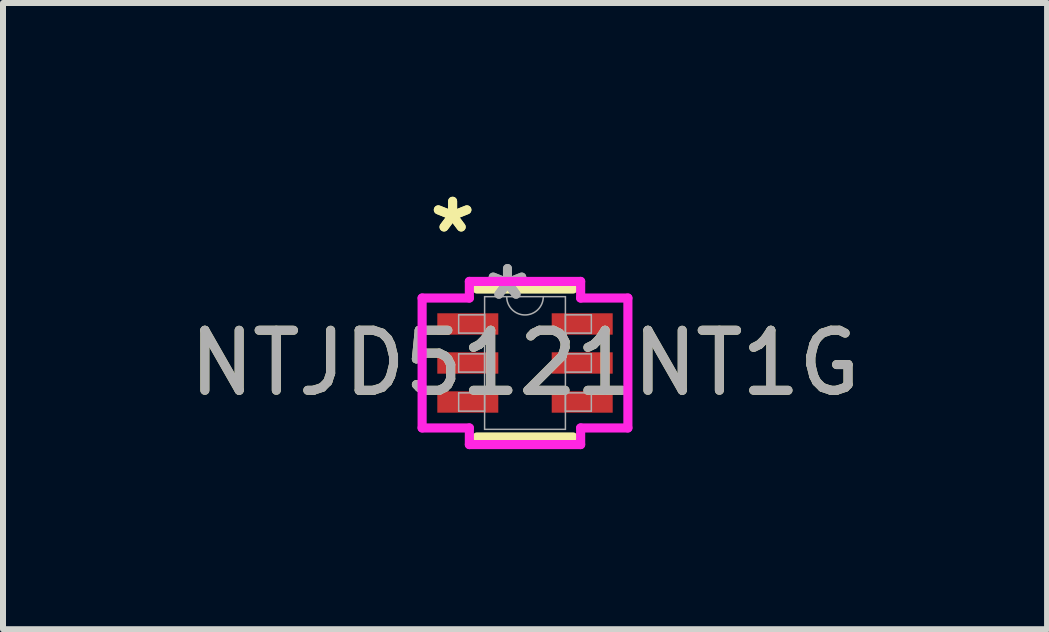
<source format=kicad_pcb>
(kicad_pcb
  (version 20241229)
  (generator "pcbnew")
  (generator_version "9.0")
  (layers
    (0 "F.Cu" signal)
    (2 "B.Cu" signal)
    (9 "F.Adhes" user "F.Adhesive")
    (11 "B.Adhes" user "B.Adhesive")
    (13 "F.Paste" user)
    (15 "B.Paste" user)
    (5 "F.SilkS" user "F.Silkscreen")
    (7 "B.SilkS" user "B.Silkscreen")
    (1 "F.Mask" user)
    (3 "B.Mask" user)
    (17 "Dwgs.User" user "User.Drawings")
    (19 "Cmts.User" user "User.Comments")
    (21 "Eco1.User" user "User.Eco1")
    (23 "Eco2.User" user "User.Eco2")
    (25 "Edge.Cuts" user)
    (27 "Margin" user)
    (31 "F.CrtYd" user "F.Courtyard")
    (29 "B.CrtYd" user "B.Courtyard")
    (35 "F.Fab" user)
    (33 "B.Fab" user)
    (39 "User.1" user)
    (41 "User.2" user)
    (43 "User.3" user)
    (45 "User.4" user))
  (footprint "NTJD5121NT1G"
    (layer "F.Cu")
    (at 5.696 2.997)
    (property "Reference" "NTJD5121NT1G" (at 0 0 0) (unlocked yes) (layer "F.SilkS") (effects (font (size 1 1) (thickness 0.15))))
    (attr smd)
    (fp_line (start -0.8 1.232) (end 0.8 1.232) (stroke (width 0.152) (type solid)) (layer "F.SilkS"))
    (fp_line (start 0.8 -1.232) (end -0.8 -1.232) (stroke (width 0.152) (type solid)) (layer "F.SilkS"))
    (fp_line (start -1.714 -1.082) (end -0.927 -1.082) (stroke (width 0.152) (type solid)) (layer "F.CrtYd"))
    (fp_line (start -1.714 1.082) (end -1.714 -1.082) (stroke (width 0.152) (type solid)) (layer "F.CrtYd"))
    (fp_line (start -1.714 1.082) (end -0.927 1.082) (stroke (width 0.152) (type solid)) (layer "F.CrtYd"))
    (fp_line (start -0.927 -1.359) (end 0.927 -1.359) (stroke (width 0.152) (type solid)) (layer "F.CrtYd"))
    (fp_line (start -0.927 -1.082) (end -0.927 -1.359) (stroke (width 0.152) (type solid)) (layer "F.CrtYd"))
    (fp_line (start -0.927 1.359) (end -0.927 1.082) (stroke (width 0.152) (type solid)) (layer "F.CrtYd"))
    (fp_line (start 0.927 -1.359) (end 0.927 -1.082) (stroke (width 0.152) (type solid)) (layer "F.CrtYd"))
    (fp_line (start 0.927 1.082) (end 0.927 1.359) (stroke (width 0.152) (type solid)) (layer "F.CrtYd"))
    (fp_line (start 0.927 1.359) (end -0.927 1.359) (stroke (width 0.152) (type solid)) (layer "F.CrtYd"))
    (fp_line (start 1.714 -1.082) (end 0.927 -1.082) (stroke (width 0.152) (type solid)) (layer "F.CrtYd"))
    (fp_line (start 1.714 -1.082) (end 1.714 1.082) (stroke (width 0.152) (type solid)) (layer "F.CrtYd"))
    (fp_line (start 1.714 1.082) (end 0.927 1.082) (stroke (width 0.152) (type solid)) (layer "F.CrtYd"))
    (fp_line (start -1.105 -0.802) (end -1.105 -0.498) (stroke (width 0.025) (type solid)) (layer "F.Fab"))
    (fp_line (start -1.105 -0.498) (end -0.673 -0.498) (stroke (width 0.025) (type solid)) (layer "F.Fab"))
    (fp_line (start -1.105 -0.152) (end -1.105 0.152) (stroke (width 0.025) (type solid)) (layer "F.Fab"))
    (fp_line (start -1.105 0.152) (end -0.673 0.152) (stroke (width 0.025) (type solid)) (layer "F.Fab"))
    (fp_line (start -1.105 0.498) (end -1.105 0.802) (stroke (width 0.025) (type solid)) (layer "F.Fab"))
    (fp_line (start -1.105 0.802) (end -0.673 0.802) (stroke (width 0.025) (type solid)) (layer "F.Fab"))
    (fp_line (start -0.673 -1.105) (end -0.673 1.105) (stroke (width 0.025) (type solid)) (layer "F.Fab"))
    (fp_line (start -0.673 -0.802) (end -1.105 -0.802) (stroke (width 0.025) (type solid)) (layer "F.Fab"))
    (fp_line (start -0.673 -0.498) (end -0.673 -0.802) (stroke (width 0.025) (type solid)) (layer "F.Fab"))
    (fp_line (start -0.673 -0.152) (end -1.105 -0.152) (stroke (width 0.025) (type solid)) (layer "F.Fab"))
    (fp_line (start -0.673 0.152) (end -0.673 -0.152) (stroke (width 0.025) (type solid)) (layer "F.Fab"))
    (fp_line (start -0.673 0.498) (end -1.105 0.498) (stroke (width 0.025) (type solid)) (layer "F.Fab"))
    (fp_line (start -0.673 0.802) (end -0.673 0.498) (stroke (width 0.025) (type solid)) (layer "F.Fab"))
    (fp_line (start -0.673 1.105) (end 0.673 1.105) (stroke (width 0.025) (type solid)) (layer "F.Fab"))
    (fp_line (start 0.673 -1.105) (end -0.673 -1.105) (stroke (width 0.025) (type solid)) (layer "F.Fab"))
    (fp_line (start 0.673 -0.802) (end 0.673 -0.498) (stroke (width 0.025) (type solid)) (layer "F.Fab"))
    (fp_line (start 0.673 -0.498) (end 1.105 -0.498) (stroke (width 0.025) (type solid)) (layer "F.Fab"))
    (fp_line (start 0.673 -0.152) (end 0.673 0.152) (stroke (width 0.025) (type solid)) (layer "F.Fab"))
    (fp_line (start 0.673 0.152) (end 1.105 0.152) (stroke (width 0.025) (type solid)) (layer "F.Fab"))
    (fp_line (start 0.673 0.498) (end 0.673 0.802) (stroke (width 0.025) (type solid)) (layer "F.Fab"))
    (fp_line (start 0.673 0.802) (end 1.105 0.802) (stroke (width 0.025) (type solid)) (layer "F.Fab"))
    (fp_line (start 0.673 1.105) (end 0.673 -1.105) (stroke (width 0.025) (type solid)) (layer "F.Fab"))
    (fp_line (start 1.105 -0.802) (end 0.673 -0.802) (stroke (width 0.025) (type solid)) (layer "F.Fab"))
    (fp_line (start 1.105 -0.498) (end 1.105 -0.802) (stroke (width 0.025) (type solid)) (layer "F.Fab"))
    (fp_line (start 1.105 -0.152) (end 0.673 -0.152) (stroke (width 0.025) (type solid)) (layer "F.Fab"))
    (fp_line (start 1.105 0.152) (end 1.105 -0.152) (stroke (width 0.025) (type solid)) (layer "F.Fab"))
    (fp_line (start 1.105 0.498) (end 0.673 0.498) (stroke (width 0.025) (type solid)) (layer "F.Fab"))
    (fp_line (start 1.105 0.802) (end 1.105 0.498) (stroke (width 0.025) (type solid)) (layer "F.Fab"))
    (fp_arc (start 0.3048 -1.1049) (mid 0 -0.8001) (end -0.3048 -1.1049) (stroke (width 0.0254) (type solid)) (layer "F.Fab"))
    (fp_text user "*" (at -1.206 -2.149 0) (unlocked yes) (layer "F.SilkS") (effects (font (size 1 1) (thickness 0.15))))
    (fp_text user "*" (at -1.206 -2.149 0) (layer "F.SilkS") (effects (font (size 1 1) (thickness 0.15))))
    (fp_text user "${REFERENCE}" (at 0 0 0) (unlocked yes) (layer "F.Fab") (effects (font (size 1 1) (thickness 0.15))))
    (fp_text user "*" (at -0.292 -1.029 0) (unlocked yes) (layer "F.Fab") (effects (font (size 1 1) (thickness 0.15))))
    (fp_text user "*" (at -0.292 -1.029 0) (layer "F.Fab") (effects (font (size 1 1) (thickness 0.15))))
    (pad "1" smd rect (at -0.953 -0.65) (size 1.016 0.356) (layers "F.Cu" "F.Mask" "F.Paste"))
    (pad "2" smd rect (at -0.953 0) (size 1.016 0.356) (layers "F.Cu" "F.Mask" "F.Paste"))
    (pad "3" smd rect (at -0.953 0.65) (size 1.016 0.356) (layers "F.Cu" "F.Mask" "F.Paste"))
    (pad "4" smd rect (at 0.953 0.65) (size 1.016 0.356) (layers "F.Cu" "F.Mask" "F.Paste"))
    (pad "5" smd rect (at 0.953 0) (size 1.016 0.356) (layers "F.Cu" "F.Mask" "F.Paste"))
    (pad "6" smd rect (at 0.953 -0.65) (size 1.016 0.356) (layers "F.Cu" "F.Mask" "F.Paste")))
  (gr_rect
    (start -3 -3)
    (end 14.393 7.432)
    (stroke (width 0.1) (type default))
    (fill no)
    (layer "Edge.Cuts")))
</source>
